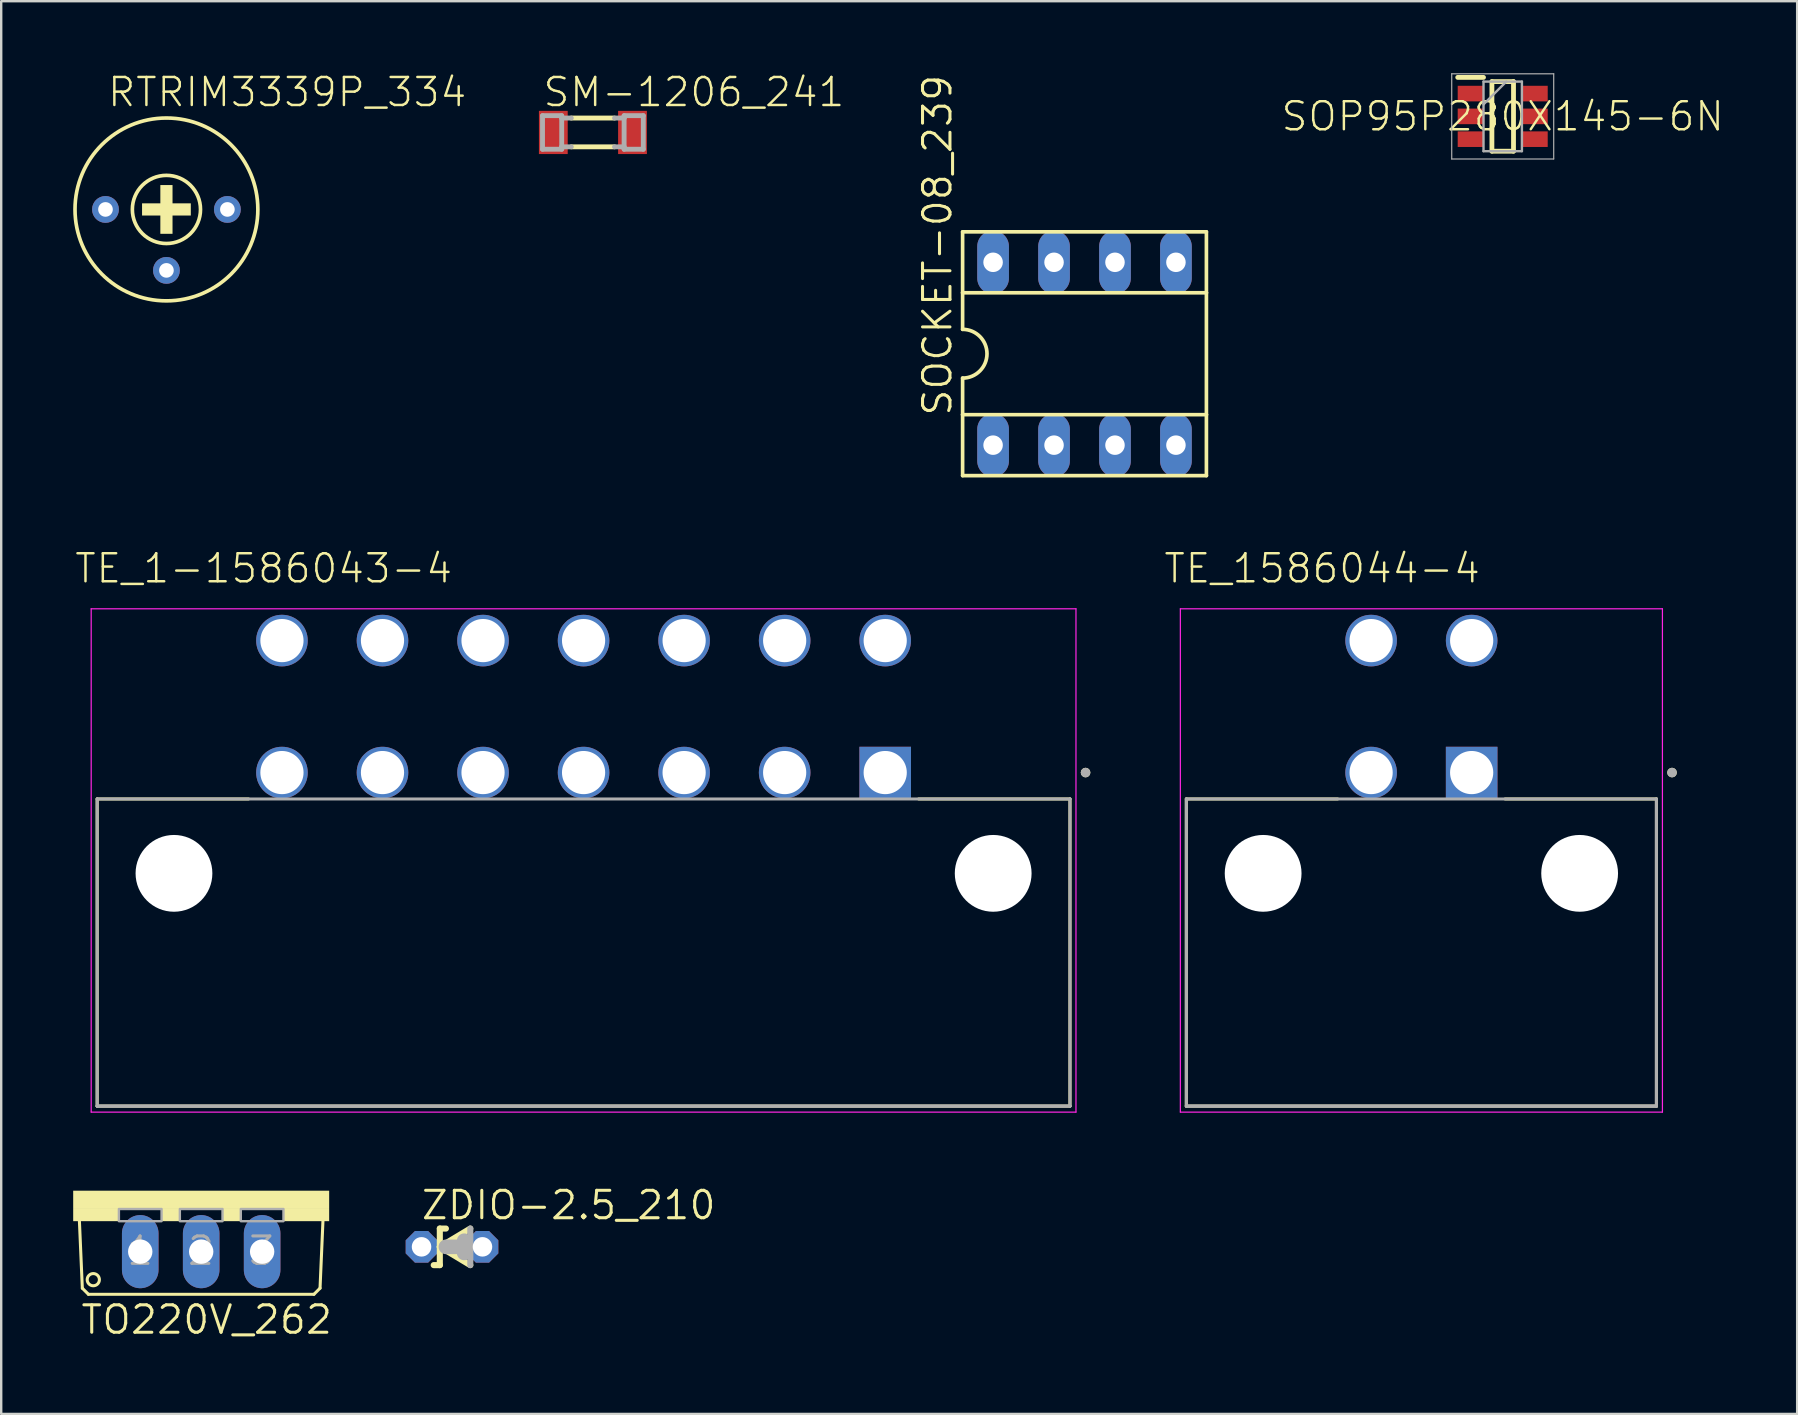
<source format=kicad_pcb>
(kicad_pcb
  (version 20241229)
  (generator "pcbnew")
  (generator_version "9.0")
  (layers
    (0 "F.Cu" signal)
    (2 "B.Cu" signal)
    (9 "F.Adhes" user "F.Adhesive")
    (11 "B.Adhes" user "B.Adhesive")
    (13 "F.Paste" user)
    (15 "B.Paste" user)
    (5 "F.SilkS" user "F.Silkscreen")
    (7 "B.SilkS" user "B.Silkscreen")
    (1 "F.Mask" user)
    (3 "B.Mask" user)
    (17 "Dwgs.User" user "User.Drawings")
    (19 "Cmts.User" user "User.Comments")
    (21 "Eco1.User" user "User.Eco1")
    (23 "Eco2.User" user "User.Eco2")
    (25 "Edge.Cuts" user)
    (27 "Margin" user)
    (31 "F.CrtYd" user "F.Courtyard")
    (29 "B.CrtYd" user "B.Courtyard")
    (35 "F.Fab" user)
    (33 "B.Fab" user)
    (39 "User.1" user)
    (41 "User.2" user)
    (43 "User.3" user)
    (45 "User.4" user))
  (footprint "SM-1206_241"
    (layer "F.Cu")
    (at 21.659 2.47)
    (property "Reference" "SM-1206_241" (at -2.143 -0.997 0) (unlocked yes) (layer "F.SilkS") (effects (font (size 1.168 1.168) (thickness 0.102)) (justify left bottom)))
    (fp_line (start -0.9 0.6) (end 0.9 0.6) (stroke (width 0.203) (type solid)) (layer "F.SilkS"))
    (fp_line (start 0.9 -0.6) (end -0.9 -0.6) (stroke (width 0.203) (type solid)) (layer "F.SilkS"))
    (fp_line (start -2.1 -0.7) (end -2.1 0.7) (stroke (width 0.203) (type solid)) (layer "F.Fab"))
    (fp_line (start -2.1 0.7) (end -1.3 0.7) (stroke (width 0.203) (type solid)) (layer "F.Fab"))
    (fp_line (start -1.3 -0.7) (end -2.1 -0.7) (stroke (width 0.203) (type solid)) (layer "F.Fab"))
    (fp_line (start -1.3 -0.6) (end -1.3 -0.7) (stroke (width 0.203) (type solid)) (layer "F.Fab"))
    (fp_line (start -1.3 0.6) (end -1.3 -0.6) (stroke (width 0.203) (type solid)) (layer "F.Fab"))
    (fp_line (start -1.3 0.6) (end -0.9 0.6) (stroke (width 0.203) (type solid)) (layer "F.Fab"))
    (fp_line (start -1.3 0.7) (end -1.3 0.6) (stroke (width 0.203) (type solid)) (layer "F.Fab"))
    (fp_line (start -0.9 -0.6) (end -1.3 -0.6) (stroke (width 0.203) (type solid)) (layer "F.Fab"))
    (fp_line (start 0.9 0.6) (end 1.3 0.6) (stroke (width 0.203) (type solid)) (layer "F.Fab"))
    (fp_line (start 1.3 -0.7) (end 1.3 -0.6) (stroke (width 0.203) (type solid)) (layer "F.Fab"))
    (fp_line (start 1.3 -0.6) (end 0.9 -0.6) (stroke (width 0.203) (type solid)) (layer "F.Fab"))
    (fp_line (start 1.3 -0.6) (end 1.3 0.6) (stroke (width 0.203) (type solid)) (layer "F.Fab"))
    (fp_line (start 1.3 0.6) (end 1.3 0.7) (stroke (width 0.203) (type solid)) (layer "F.Fab"))
    (fp_line (start 1.3 0.7) (end 2.1 0.7) (stroke (width 0.203) (type solid)) (layer "F.Fab"))
    (fp_line (start 2.1 -0.7) (end 1.3 -0.7) (stroke (width 0.203) (type solid)) (layer "F.Fab"))
    (fp_line (start 2.1 0.7) (end 2.1 -0.7) (stroke (width 0.203) (type solid)) (layer "F.Fab"))
    (pad "1" smd rect (at -1.65 0) (size 1.2 1.8) (layers "F.Cu" "F.Mask" "F.Paste"))
    (pad "2" smd rect (at 1.65 0) (size 1.2 1.8) (layers "F.Cu" "F.Mask" "F.Paste")))
  (footprint "SOCKET-08_239"
    (layer "F.Cu")
    (at 42.146 11.691)
    (property "Reference" "SOCKET-08_239" (at -5.461 2.667 90) (unlocked yes) (layer "F.SilkS") (effects (font (size 1.143 1.143) (thickness 0.127)) (justify left bottom)))
    (fp_line (start -5.08 -5.08) (end -5.08 -2.54) (stroke (width 0.152) (type solid)) (layer "F.SilkS"))
    (fp_line (start -5.08 -2.54) (end -5.08 -1.016) (stroke (width 0.152) (type solid)) (layer "F.SilkS"))
    (fp_line (start -5.08 -2.54) (end 5.08 -2.54) (stroke (width 0.152) (type solid)) (layer "F.SilkS"))
    (fp_line (start -5.08 2.54) (end -5.08 1.016) (stroke (width 0.152) (type solid)) (layer "F.SilkS"))
    (fp_line (start -5.08 2.54) (end 5.08 2.54) (stroke (width 0.152) (type solid)) (layer "F.SilkS"))
    (fp_line (start -5.08 5.08) (end -5.08 2.54) (stroke (width 0.152) (type solid)) (layer "F.SilkS"))
    (fp_line (start -5.08 5.08) (end 5.08 5.08) (stroke (width 0.152) (type solid)) (layer "F.SilkS"))
    (fp_line (start 5.08 -5.08) (end -5.08 -5.08) (stroke (width 0.152) (type solid)) (layer "F.SilkS"))
    (fp_line (start 5.08 -5.08) (end 5.08 -2.54) (stroke (width 0.152) (type solid)) (layer "F.SilkS"))
    (fp_line (start 5.08 -2.54) (end 5.08 2.54) (stroke (width 0.152) (type solid)) (layer "F.SilkS"))
    (fp_line (start 5.08 2.54) (end 5.08 5.08) (stroke (width 0.152) (type solid)) (layer "F.SilkS"))
    (fp_arc (start -5.08 -1.016) (mid -4.064 0) (end -5.08 1.016) (stroke (width 0.1524) (type solid)) (layer "F.SilkS"))
    (pad "1" thru_hole oval (at -3.81 3.81 90) (size 2.642 1.321) (drill 0.813) (layers "*.Cu" "*.Mask"))
    (pad "2" thru_hole oval (at -1.27 3.81 90) (size 2.642 1.321) (drill 0.813) (layers "*.Cu" "*.Mask"))
    (pad "3" thru_hole oval (at 1.27 3.81 90) (size 2.642 1.321) (drill 0.813) (layers "*.Cu" "*.Mask"))
    (pad "4" thru_hole oval (at 3.81 3.81 90) (size 2.642 1.321) (drill 0.813) (layers "*.Cu" "*.Mask"))
    (pad "5" thru_hole oval (at 3.81 -3.81 90) (size 2.642 1.321) (drill 0.813) (layers "*.Cu" "*.Mask"))
    (pad "6" thru_hole oval (at 1.27 -3.81 90) (size 2.642 1.321) (drill 0.813) (layers "*.Cu" "*.Mask"))
    (pad "7" thru_hole oval (at -1.27 -3.81 90) (size 2.642 1.321) (drill 0.813) (layers "*.Cu" "*.Mask"))
    (pad "8" thru_hole oval (at -3.81 -3.81 90) (size 2.642 1.321) (drill 0.813) (layers "*.Cu" "*.Mask")))
  (footprint "SOP95P280X145-6N"
    (layer "F.Cu")
    (at 59.574 1.8)
    (property "Reference" "SOP95P280X145-6N" (at 0 0 0) (unlocked yes) (layer "F.SilkS") (effects (font (size 1.168 1.168) (thickness 0.102))))
    (fp_line (start -1.875 -1.625) (end -0.8 -1.625) (stroke (width 0.2) (type solid)) (layer "F.SilkS"))
    (fp_line (start -0.45 -1.45) (end 0.45 -1.45) (stroke (width 0.2) (type solid)) (layer "F.SilkS"))
    (fp_line (start -0.45 1.45) (end -0.45 -1.45) (stroke (width 0.2) (type solid)) (layer "F.SilkS"))
    (fp_line (start 0.45 -1.45) (end 0.45 1.45) (stroke (width 0.2) (type solid)) (layer "F.SilkS"))
    (fp_line (start 0.45 1.45) (end -0.45 1.45) (stroke (width 0.2) (type solid)) (layer "F.SilkS"))
    (fp_line (start -2.125 -1.775) (end 2.125 -1.775) (stroke (width 0.05) (type solid)) (layer "F.Fab"))
    (fp_line (start -2.125 1.775) (end -2.125 -1.775) (stroke (width 0.05) (type solid)) (layer "F.Fab"))
    (fp_line (start -0.8 -1.45) (end 0.8 -1.45) (stroke (width 0.1) (type solid)) (layer "F.Fab"))
    (fp_line (start -0.8 -0.5) (end 0.15 -1.45) (stroke (width 0.1) (type solid)) (layer "F.Fab"))
    (fp_line (start -0.8 1.45) (end -0.8 -1.45) (stroke (width 0.1) (type solid)) (layer "F.Fab"))
    (fp_line (start 0.8 -1.45) (end 0.8 1.45) (stroke (width 0.1) (type solid)) (layer "F.Fab"))
    (fp_line (start 0.8 1.45) (end -0.8 1.45) (stroke (width 0.1) (type solid)) (layer "F.Fab"))
    (fp_line (start 2.125 -1.775) (end 2.125 1.775) (stroke (width 0.05) (type solid)) (layer "F.Fab"))
    (fp_line (start 2.125 1.775) (end -2.125 1.775) (stroke (width 0.05) (type solid)) (layer "F.Fab"))
    (pad "1" smd rect (at -1.338 -0.95) (size 1.075 0.65) (layers "F.Cu" "F.Mask" "F.Paste"))
    (pad "2" smd rect (at -1.338 0) (size 1.075 0.65) (layers "F.Cu" "F.Mask" "F.Paste"))
    (pad "3" smd rect (at -1.338 0.95) (size 1.075 0.65) (layers "F.Cu" "F.Mask" "F.Paste"))
    (pad "4" smd rect (at 1.338 0.95) (size 1.075 0.65) (layers "F.Cu" "F.Mask" "F.Paste"))
    (pad "5" smd rect (at 1.338 0) (size 1.075 0.65) (layers "F.Cu" "F.Mask" "F.Paste"))
    (pad "6" smd rect (at 1.338 -0.95) (size 1.075 0.65) (layers "F.Cu" "F.Mask" "F.Paste")))
  (footprint "TE_1-1586043-4"
    (layer "F.Cu")
    (at 33.84 29.146)
    (property "Reference" "TE_1-1586043-4" (at -33.84 -7.825 0) (unlocked yes) (layer "F.SilkS") (effects (font (size 1.168 1.168) (thickness 0.102)) (justify left bottom)))
    (fp_line (start -32.84 1.1) (end -26.535 1.1) (stroke (width 0.127) (type solid)) (layer "F.SilkS"))
    (fp_line (start -32.84 13.9) (end -32.84 1.1) (stroke (width 0.127) (type solid)) (layer "F.SilkS"))
    (fp_line (start -32.84 13.9) (end 7.7 13.9) (stroke (width 0.127) (type solid)) (layer "F.SilkS"))
    (fp_line (start 1.395 1.1) (end 7.7 1.1) (stroke (width 0.127) (type solid)) (layer "F.SilkS"))
    (fp_line (start 7.7 1.1) (end 7.7 13.9) (stroke (width 0.127) (type solid)) (layer "F.SilkS"))
    (fp_circle (center 8.35 0) (end 8.45 0) (stroke (width 0.2) (type solid)) (fill no) (layer "F.SilkS"))
    (fp_line (start -33.09 -6.825) (end 7.95 -6.825) (stroke (width 0.05) (type solid)) (layer "F.CrtYd"))
    (fp_line (start -33.09 14.15) (end -33.09 -6.825) (stroke (width 0.05) (type solid)) (layer "F.CrtYd"))
    (fp_line (start 7.95 -6.825) (end 7.95 14.15) (stroke (width 0.05) (type solid)) (layer "F.CrtYd"))
    (fp_line (start 7.95 14.15) (end -33.09 14.15) (stroke (width 0.05) (type solid)) (layer "F.CrtYd"))
    (fp_line (start -32.84 1.1) (end 7.7 1.1) (stroke (width 0.127) (type solid)) (layer "F.Fab"))
    (fp_line (start -32.84 13.9) (end -32.84 1.1) (stroke (width 0.127) (type solid)) (layer "F.Fab"))
    (fp_line (start -32.84 13.9) (end -32.84 13.9) (stroke (width 0.127) (type solid)) (layer "F.Fab"))
    (fp_line (start -32.84 13.9) (end 7.7 13.9) (stroke (width 0.127) (type solid)) (layer "F.Fab"))
    (fp_line (start 7.7 1.1) (end 7.7 13.9) (stroke (width 0.127) (type solid)) (layer "F.Fab"))
    (fp_line (start 7.7 13.9) (end -32.84 13.9) (stroke (width 0.127) (type solid)) (layer "F.Fab"))
    (fp_line (start 7.7 13.9) (end 7.7 13.9) (stroke (width 0.127) (type solid)) (layer "F.Fab"))
    (fp_circle (center 8.35 0) (end 8.45 0) (stroke (width 0.2) (type solid)) (fill no) (layer "F.Fab"))
    (pad "" np_thru_hole circle (at -29.64 4.2) (size 3.2 3.2) (drill 3.2) (layers "*.Cu" "*.Mask"))
    (pad "" np_thru_hole circle (at 4.5 4.2) (size 3.2 3.2) (drill 3.2) (layers "*.Cu" "*.Mask"))
    (pad "1" thru_hole rect (at 0 0) (size 2.15 2.15) (drill 1.8) (layers "*.Cu" "*.Mask"))
    (pad "2" thru_hole circle (at 0 -5.5) (size 2.15 2.15) (drill 1.8) (layers "*.Cu" "*.Mask"))
    (pad "3" thru_hole circle (at -4.19 0) (size 2.15 2.15) (drill 1.8) (layers "*.Cu" "*.Mask"))
    (pad "4" thru_hole circle (at -4.19 -5.5) (size 2.15 2.15) (drill 1.8) (layers "*.Cu" "*.Mask"))
    (pad "5" thru_hole circle (at -8.38 0) (size 2.15 2.15) (drill 1.8) (layers "*.Cu" "*.Mask"))
    (pad "6" thru_hole circle (at -8.38 -5.5) (size 2.15 2.15) (drill 1.8) (layers "*.Cu" "*.Mask"))
    (pad "7" thru_hole circle (at -12.57 0) (size 2.15 2.15) (drill 1.8) (layers "*.Cu" "*.Mask"))
    (pad "8" thru_hole circle (at -12.57 -5.5) (size 2.15 2.15) (drill 1.8) (layers "*.Cu" "*.Mask"))
    (pad "9" thru_hole circle (at -16.76 0) (size 2.15 2.15) (drill 1.8) (layers "*.Cu" "*.Mask"))
    (pad "10" thru_hole circle (at -16.76 -5.5) (size 2.15 2.15) (drill 1.8) (layers "*.Cu" "*.Mask"))
    (pad "11" thru_hole circle (at -20.95 0) (size 2.15 2.15) (drill 1.8) (layers "*.Cu" "*.Mask"))
    (pad "12" thru_hole circle (at -20.95 -5.5) (size 2.15 2.15) (drill 1.8) (layers "*.Cu" "*.Mask"))
    (pad "13" thru_hole circle (at -25.14 0) (size 2.15 2.15) (drill 1.8) (layers "*.Cu" "*.Mask"))
    (pad "14" thru_hole circle (at -25.14 -5.5) (size 2.15 2.15) (drill 1.8) (layers "*.Cu" "*.Mask")))
  (footprint "ZDIO-2.5_210"
    (layer "F.Cu")
    (at 15.787 48.911)
    (property "Reference" "ZDIO-2.5_210" (at -1.346 -1.067 0) (unlocked yes) (layer "F.SilkS") (effects (font (size 1.143 1.143) (thickness 0.127)) (justify left bottom)))
    (fp_line (start -0.508 -0.762) (end -0.508 0) (stroke (width 0.254) (type solid)) (layer "F.SilkS"))
    (fp_line (start -0.508 0) (end -0.508 0.762) (stroke (width 0.254) (type solid)) (layer "F.SilkS"))
    (fp_line (start -0.508 0) (end 0.762 -0.762) (stroke (width 0.254) (type solid)) (layer "F.SilkS"))
    (fp_line (start -0.508 0.762) (end -0.762 0.762) (stroke (width 0.254) (type solid)) (layer "F.SilkS"))
    (fp_line (start -0.254 -0.762) (end -0.508 -0.762) (stroke (width 0.254) (type solid)) (layer "F.SilkS"))
    (fp_line (start 0.762 0.762) (end -0.508 0) (stroke (width 0.254) (type solid)) (layer "F.SilkS"))
    (fp_line (start 0.508 -0.254) (end 0.508 0) (stroke (width 0.61) (type solid)) (layer "F.Fab"))
    (fp_line (start 0.508 0) (end -0.254 0) (stroke (width 0.61) (type solid)) (layer "F.Fab"))
    (fp_line (start 0.508 0) (end 0.508 0.254) (stroke (width 0.61) (type solid)) (layer "F.Fab"))
    (fp_line (start 0.762 -0.762) (end 0.762 0.762) (stroke (width 0.254) (type solid)) (layer "F.Fab"))
    (pad "A" thru_hole roundrect (at 1.27 0) (size 1.321 1.321) (drill 0.813) (layers "*.Cu" "*.Mask") (roundrect_rratio 0.25) (chamfer_ratio 0.293) (chamfer top_left top_right bottom_left bottom_right))
    (pad "C" thru_hole roundrect (at -1.27 0) (size 1.321 1.321) (drill 0.813) (layers "*.Cu" "*.Mask") (roundrect_rratio 0.25) (chamfer_ratio 0.293) (chamfer top_left top_right bottom_left bottom_right)))
  (footprint "TO220V_262"
    (layer "F.Cu")
    (at 5.334 46.571)
    (property "Reference" "TO220V_262" (at -5.08 6.045 0) (unlocked yes) (layer "F.SilkS") (effects (font (size 1.143 1.143) (thickness 0.127)) (justify left bottom)))
    (fp_line (start -4.953 4.064) (end -5.08 1.143) (stroke (width 0.127) (type solid)) (layer "F.SilkS"))
    (fp_line (start -4.953 4.064) (end -4.699 4.318) (stroke (width 0.127) (type solid)) (layer "F.SilkS"))
    (fp_line (start 4.699 4.318) (end -4.699 4.318) (stroke (width 0.127) (type solid)) (layer "F.SilkS"))
    (fp_line (start 4.699 4.318) (end 4.953 4.064) (stroke (width 0.127) (type solid)) (layer "F.SilkS"))
    (fp_line (start 5.08 1.143) (end 4.953 4.064) (stroke (width 0.127) (type solid)) (layer "F.SilkS"))
    (fp_circle (center -4.496 3.708) (end -4.242 3.708) (stroke (width 0.127) (type solid)) (fill no) (layer "F.SilkS"))
    (fp_poly (pts (xy -5.334 0.762) (xy 5.334 0.762) (xy 5.334 0) (xy -5.334 0)) (stroke (width 0) (type default)) (fill yes) (layer "F.SilkS"))
    (fp_poly (pts (xy -5.334 1.27) (xy -3.429 1.27) (xy -3.429 0.762) (xy -5.334 0.762)) (stroke (width 0) (type default)) (fill yes) (layer "F.SilkS"))
    (fp_poly (pts (xy -1.651 1.27) (xy -0.889 1.27) (xy -0.889 0.762) (xy -1.651 0.762)) (stroke (width 0) (type default)) (fill yes) (layer "F.SilkS"))
    (fp_poly (pts (xy 0.889 1.27) (xy 1.651 1.27) (xy 1.651 0.762) (xy 0.889 0.762)) (stroke (width 0) (type default)) (fill yes) (layer "F.SilkS"))
    (fp_poly (pts (xy 3.429 1.27) (xy 5.334 1.27) (xy 5.334 0.762) (xy 3.429 0.762)) (stroke (width 0) (type default)) (fill yes) (layer "F.SilkS"))
    (fp_poly (pts (xy -3.429 1.27) (xy -1.651 1.27) (xy -1.651 0.762) (xy -3.429 0.762)) (stroke (width 0.1) (type default)) (fill no) (layer "F.Fab"))
    (fp_poly (pts (xy -0.889 1.27) (xy 0.889 1.27) (xy 0.889 0.762) (xy -0.889 0.762)) (stroke (width 0.1) (type default)) (fill no) (layer "F.Fab"))
    (fp_poly (pts (xy 1.651 1.27) (xy 3.429 1.27) (xy 3.429 0.762) (xy 1.651 0.762)) (stroke (width 0.1) (type default)) (fill no) (layer "F.Fab"))
    (fp_text user "3" (at 1.905 3.175 0) (unlocked yes) (layer "F.Fab") (effects (font (size 1.143 1.143) (thickness 0.127)) (justify left bottom)))
    (fp_text user "1" (at -3.175 3.175 0) (unlocked yes) (layer "F.Fab") (effects (font (size 1.143 1.143) (thickness 0.127)) (justify left bottom)))
    (fp_text user "2" (at -0.635 3.175 0) (unlocked yes) (layer "F.Fab") (effects (font (size 1.143 1.143) (thickness 0.127)) (justify left bottom)))
    (pad "1" thru_hole oval (at -2.54 2.54 90) (size 3.048 1.524) (drill 1.016) (layers "*.Cu" "*.Mask"))
    (pad "2" thru_hole oval (at 0 2.54 90) (size 3.048 1.524) (drill 1.016) (layers "*.Cu" "*.Mask"))
    (pad "3" thru_hole oval (at 2.54 2.54 90) (size 3.048 1.524) (drill 1.016) (layers "*.Cu" "*.Mask")))
  (footprint "TE_1586044-4"
    (layer "F.Cu")
    (at 58.28 29.146)
    (property "Reference" "TE_1586044-4" (at -12.89 -7.825 0) (unlocked yes) (layer "F.SilkS") (effects (font (size 1.168 1.168) (thickness 0.102)) (justify left bottom)))
    (fp_line (start -11.89 1.1) (end -5.585 1.1) (stroke (width 0.127) (type solid)) (layer "F.SilkS"))
    (fp_line (start -11.89 13.9) (end -11.89 1.1) (stroke (width 0.127) (type solid)) (layer "F.SilkS"))
    (fp_line (start -11.89 13.9) (end 7.7 13.9) (stroke (width 0.127) (type solid)) (layer "F.SilkS"))
    (fp_line (start 1.395 1.1) (end 7.7 1.1) (stroke (width 0.127) (type solid)) (layer "F.SilkS"))
    (fp_line (start 7.7 1.1) (end 7.7 13.9) (stroke (width 0.127) (type solid)) (layer "F.SilkS"))
    (fp_circle (center 8.35 0) (end 8.45 0) (stroke (width 0.2) (type solid)) (fill no) (layer "F.SilkS"))
    (fp_line (start -12.14 -6.825) (end 7.95 -6.825) (stroke (width 0.05) (type solid)) (layer "F.CrtYd"))
    (fp_line (start -12.14 14.15) (end -12.14 -6.825) (stroke (width 0.05) (type solid)) (layer "F.CrtYd"))
    (fp_line (start 7.95 -6.825) (end 7.95 14.15) (stroke (width 0.05) (type solid)) (layer "F.CrtYd"))
    (fp_line (start 7.95 14.15) (end -12.14 14.15) (stroke (width 0.05) (type solid)) (layer "F.CrtYd"))
    (fp_line (start -11.89 1.1) (end 7.7 1.1) (stroke (width 0.127) (type solid)) (layer "F.Fab"))
    (fp_line (start -11.89 13.9) (end -11.89 1.1) (stroke (width 0.127) (type solid)) (layer "F.Fab"))
    (fp_line (start -11.89 13.9) (end -11.89 13.9) (stroke (width 0.127) (type solid)) (layer "F.Fab"))
    (fp_line (start -11.89 13.9) (end 7.7 13.9) (stroke (width 0.127) (type solid)) (layer "F.Fab"))
    (fp_line (start 7.7 1.1) (end 7.7 13.9) (stroke (width 0.127) (type solid)) (layer "F.Fab"))
    (fp_line (start 7.7 13.9) (end -11.89 13.9) (stroke (width 0.127) (type solid)) (layer "F.Fab"))
    (fp_line (start 7.7 13.9) (end 7.7 13.9) (stroke (width 0.127) (type solid)) (layer "F.Fab"))
    (fp_circle (center 8.35 0) (end 8.45 0) (stroke (width 0.2) (type solid)) (fill no) (layer "F.Fab"))
    (pad "" np_thru_hole circle (at -8.69 4.2) (size 3.2 3.2) (drill 3.2) (layers "*.Cu" "*.Mask"))
    (pad "" np_thru_hole circle (at 4.5 4.2) (size 3.2 3.2) (drill 3.2) (layers "*.Cu" "*.Mask"))
    (pad "1" thru_hole rect (at 0 0) (size 2.15 2.15) (drill 1.8) (layers "*.Cu" "*.Mask"))
    (pad "2" thru_hole circle (at 0 -5.5) (size 2.15 2.15) (drill 1.8) (layers "*.Cu" "*.Mask"))
    (pad "3" thru_hole circle (at -4.19 0) (size 2.15 2.15) (drill 1.8) (layers "*.Cu" "*.Mask"))
    (pad "4" thru_hole circle (at -4.19 -5.5) (size 2.15 2.15) (drill 1.8) (layers "*.Cu" "*.Mask")))
  (footprint "RTRIM3339P_334"
    (layer "F.Cu")
    (at 3.886 5.678)
    (property "Reference" "RTRIM3339P_334" (at -2.515 -4.205 0) (unlocked yes) (layer "F.SilkS") (effects (font (size 1.168 1.168) (thickness 0.102)) (justify left bottom)))
    (fp_circle (center 0 0) (end 1.42 0) (stroke (width 0.152) (type solid)) (fill no) (layer "F.SilkS"))
    (fp_circle (center 0 0) (end 3.81 0) (stroke (width 0.152) (type solid)) (fill no) (layer "F.SilkS"))
    (fp_poly (pts (xy -1.016 0.254) (xy 1.016 0.254) (xy 1.016 -0.254) (xy -1.016 -0.254)) (stroke (width 0) (type default)) (fill yes) (layer "F.SilkS"))
    (fp_poly (pts (xy -0.254 1.016) (xy 0.254 1.016) (xy 0.254 -1.016) (xy -0.254 -1.016)) (stroke (width 0) (type default)) (fill yes) (layer "F.SilkS"))
    (pad "1" thru_hole circle (at -2.54 0) (size 1.118 1.118) (drill 0.61) (layers "*.Cu" "*.Mask"))
    (pad "2" thru_hole circle (at 0 2.54) (size 1.118 1.118) (drill 0.61) (layers "*.Cu" "*.Mask"))
    (pad "3" thru_hole circle (at 2.54 0) (size 1.118 1.118) (drill 0.61) (layers "*.Cu" "*.Mask")))
  (gr_rect
    (start -3 -3)
    (end 71.845 55.875)
    (stroke (width 0.1) (type default))
    (fill no)
    (layer "Edge.Cuts")))
</source>
